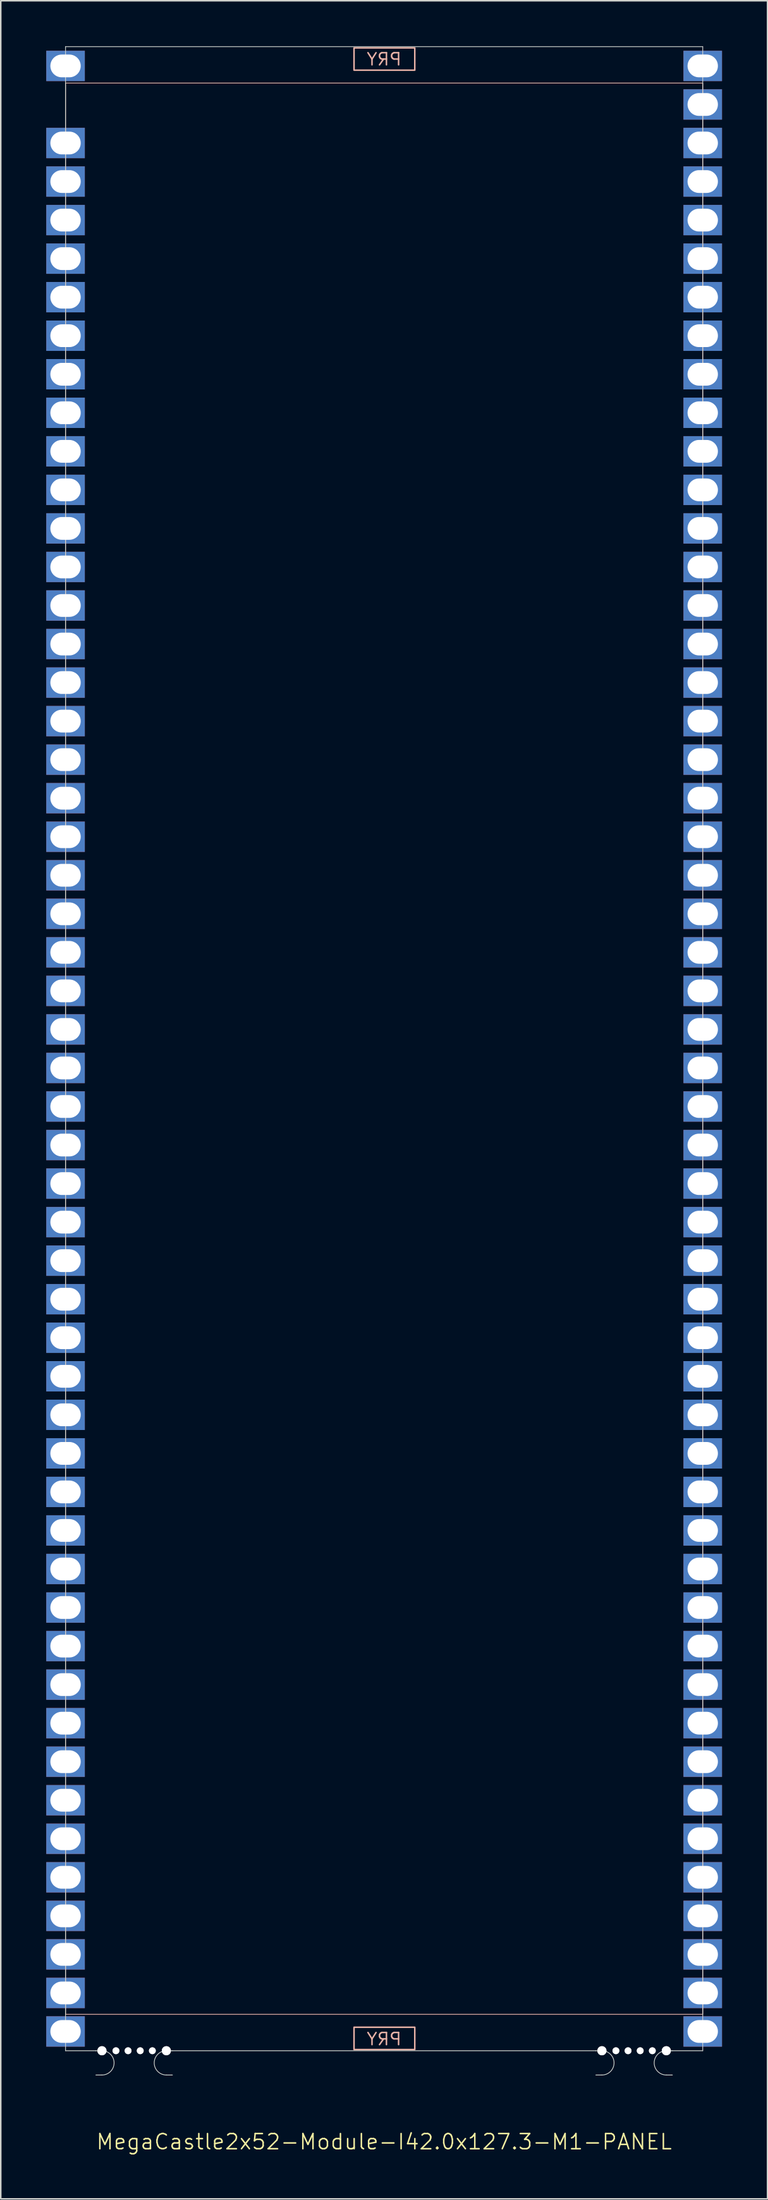
<source format=kicad_pcb>
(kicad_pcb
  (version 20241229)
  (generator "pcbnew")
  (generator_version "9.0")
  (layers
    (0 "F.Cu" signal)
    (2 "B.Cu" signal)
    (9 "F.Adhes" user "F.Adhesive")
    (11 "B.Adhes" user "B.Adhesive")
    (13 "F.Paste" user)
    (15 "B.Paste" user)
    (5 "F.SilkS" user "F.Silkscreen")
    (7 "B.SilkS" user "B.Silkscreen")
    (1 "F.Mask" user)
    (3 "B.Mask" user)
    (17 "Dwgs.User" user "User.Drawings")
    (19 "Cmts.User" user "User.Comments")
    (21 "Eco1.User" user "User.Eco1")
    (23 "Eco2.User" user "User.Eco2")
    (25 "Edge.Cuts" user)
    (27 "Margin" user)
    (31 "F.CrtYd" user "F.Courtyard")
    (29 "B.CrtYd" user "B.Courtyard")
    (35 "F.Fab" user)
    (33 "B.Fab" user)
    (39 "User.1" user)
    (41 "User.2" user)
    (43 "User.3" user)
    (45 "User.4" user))
  (footprint "MegaCastle2x52-Module-I42.0x127.3-M1-PANEL"
    (layer "F.Cu")
    (at 22.27 66.065)
    (property "Reference" "MegaCastle2x52-Module-I42.0x127.3-M1-PANEL" (at 0 72.04 0) (unlocked yes) (layer "F.SilkS") (effects (font (size 1 1) (thickness 0.1))))
    (attr smd)
    (fp_rect (start -21 63.64) (end 21 -63.64) (stroke (width 0.05) (type default)) (fill no) (layer "B.SilkS"))
    (fp_rect (start -1.984 -64.491) (end 2.02 -65.96) (stroke (width 0.1) (type default)) (fill no) (layer "B.SilkS"))
    (fp_rect (start -1.984 64.491) (end 2.02 65.96) (stroke (width 0.1) (type default)) (fill no) (layer "B.SilkS"))
    (fp_line (start -21 -66.04) (end -21 66.04) (stroke (width 0.05) (type default)) (layer "Edge.Cuts"))
    (fp_line (start -21 -66.04) (end 21 -66.04) (stroke (width 0.05) (type default)) (layer "Edge.Cuts"))
    (fp_line (start -21 66.04) (end -19 66.04) (stroke (width 0.05) (type default)) (layer "Edge.Cuts"))
    (fp_line (start -19 66.04) (end -18.6 66.04) (stroke (width 0.05) (type default)) (layer "Edge.Cuts"))
    (fp_line (start -19 67.64) (end -18.6 67.64) (stroke (width 0.05) (type default)) (layer "Edge.Cuts"))
    (fp_line (start -13.955 66.04) (end -14.355 66.04) (stroke (width 0.05) (type default)) (layer "Edge.Cuts"))
    (fp_line (start -13.955 66.04) (end 13.955 66.04) (stroke (width 0.05) (type default)) (layer "Edge.Cuts"))
    (fp_line (start -13.955 67.64) (end -14.355 67.64) (stroke (width 0.05) (type default)) (layer "Edge.Cuts"))
    (fp_line (start 13.955 66.04) (end 14.355 66.04) (stroke (width 0.05) (type default)) (layer "Edge.Cuts"))
    (fp_line (start 13.955 67.64) (end 14.355 67.64) (stroke (width 0.05) (type default)) (layer "Edge.Cuts"))
    (fp_line (start 19 66.04) (end 18.6 66.04) (stroke (width 0.05) (type default)) (layer "Edge.Cuts"))
    (fp_line (start 19 66.04) (end 21 66.04) (stroke (width 0.05) (type default)) (layer "Edge.Cuts"))
    (fp_line (start 19 67.64) (end 18.6 67.64) (stroke (width 0.05) (type default)) (layer "Edge.Cuts"))
    (fp_line (start 21 -66.04) (end 21 66.04) (stroke (width 0.05) (type default)) (layer "Edge.Cuts"))
    (fp_arc (start -18.6 66.040001) (mid -17.799999 66.839996) (end -18.6 67.639999) (stroke (width 0.05) (type default)) (layer "Edge.Cuts"))
    (fp_arc (start -14.355 67.639999) (mid -15.155 66.84) (end -14.355 66.040001) (stroke (width 0.05) (type default)) (layer "Edge.Cuts"))
    (fp_arc (start 14.355001 66.040001) (mid 15.155002 66.839996) (end 14.355001 67.639999) (stroke (width 0.05) (type default)) (layer "Edge.Cuts"))
    (fp_arc (start 18.600002 67.639999) (mid 17.800001 66.84) (end 18.600002 66.040001) (stroke (width 0.05) (type default)) (layer "Edge.Cuts"))
    (fp_text user "PRY" (at 0 65.74 0) (unlocked yes) (layer "B.SilkS") (effects (font (size 0.8 0.8) (thickness 0.1)) (justify bottom mirror)))
    (fp_text user "PRY" (at 0 -64.74 0) (unlocked yes) (layer "B.SilkS") (effects (font (size 0.8 0.8) (thickness 0.1)) (justify bottom mirror)))
    (pad "" np_thru_hole circle (at -18.6 66.04) (size 0.6 0.6) (drill 0.6) (layers "*.Cu" "Edge.Cuts"))
    (pad "" np_thru_hole circle (at -17.677 66.04) (size 0.45 0.45) (drill 0.45) (layers "*.Cu" "Edge.Cuts"))
    (pad "" np_thru_hole circle (at -16.878 66.04) (size 0.45 0.45) (drill 0.45) (layers "*.Cu" "Edge.Cuts"))
    (pad "" np_thru_hole circle (at -16.077 66.04) (size 0.45 0.45) (drill 0.45) (layers "*.Cu" "Edge.Cuts"))
    (pad "" np_thru_hole circle (at -15.277 66.04) (size 0.45 0.45) (drill 0.45) (layers "*.Cu" "Edge.Cuts"))
    (pad "" np_thru_hole circle (at -14.355 66.04) (size 0.6 0.6) (drill 0.6) (layers "*.Cu" "Edge.Cuts"))
    (pad "" np_thru_hole circle (at 14.355 66.04) (size 0.6 0.6) (drill 0.6) (layers "*.Cu" "Edge.Cuts"))
    (pad "" np_thru_hole circle (at 15.278 66.04) (size 0.45 0.45) (drill 0.45) (layers "*.Cu" "Edge.Cuts"))
    (pad "" np_thru_hole circle (at 16.078 66.04) (size 0.45 0.45) (drill 0.45) (layers "*.Cu" "Edge.Cuts"))
    (pad "" np_thru_hole circle (at 16.878 66.04) (size 0.45 0.45) (drill 0.45) (layers "*.Cu" "Edge.Cuts"))
    (pad "" np_thru_hole circle (at 17.678 66.04) (size 0.45 0.45) (drill 0.45) (layers "*.Cu" "Edge.Cuts"))
    (pad "" np_thru_hole circle (at 18.6 66.04) (size 0.6 0.6) (drill 0.6) (layers "*.Cu" "Edge.Cuts"))
    (pad "1" thru_hole rect (at -21 -64.77) (size 2.54 2) (drill oval 2 1.5) (property pad_prop_castellated) (layers "*.Cu" "*.Mask"))
    (pad "3" thru_hole rect (at -21 -59.69) (size 2.54 2) (drill oval 2 1.5) (property pad_prop_castellated) (layers "*.Cu" "*.Mask"))
    (pad "4" thru_hole rect (at -21 -57.15) (size 2.54 2) (drill oval 2 1.5) (property pad_prop_castellated) (layers "*.Cu" "*.Mask"))
    (pad "5" thru_hole rect (at -21 -54.61) (size 2.54 2) (drill oval 2 1.5) (property pad_prop_castellated) (layers "*.Cu" "*.Mask"))
    (pad "6" thru_hole rect (at -21 -52.07) (size 2.54 2) (drill oval 2 1.5) (property pad_prop_castellated) (layers "*.Cu" "*.Mask"))
    (pad "7" thru_hole rect (at -21 -49.53) (size 2.54 2) (drill oval 2 1.5) (property pad_prop_castellated) (layers "*.Cu" "*.Mask"))
    (pad "8" thru_hole rect (at -21 -46.99) (size 2.54 2) (drill oval 2 1.5) (property pad_prop_castellated) (layers "*.Cu" "*.Mask"))
    (pad "9" thru_hole rect (at -21 -44.45) (size 2.54 2) (drill oval 2 1.5) (property pad_prop_castellated) (layers "*.Cu" "*.Mask"))
    (pad "10" thru_hole rect (at -21 -41.91) (size 2.54 2) (drill oval 2 1.5) (property pad_prop_castellated) (layers "*.Cu" "*.Mask"))
    (pad "11" thru_hole rect (at -21 -39.37) (size 2.54 2) (drill oval 2 1.5) (property pad_prop_castellated) (layers "*.Cu" "*.Mask"))
    (pad "12" thru_hole rect (at -21 -36.83) (size 2.54 2) (drill oval 2 1.5) (property pad_prop_castellated) (layers "*.Cu" "*.Mask"))
    (pad "13" thru_hole rect (at -21 -34.29) (size 2.54 2) (drill oval 2 1.5) (property pad_prop_castellated) (layers "*.Cu" "*.Mask"))
    (pad "14" thru_hole rect (at -21 -31.75) (size 2.54 2) (drill oval 2 1.5) (property pad_prop_castellated) (layers "*.Cu" "*.Mask"))
    (pad "15" thru_hole rect (at -21 -29.21) (size 2.54 2) (drill oval 2 1.5) (property pad_prop_castellated) (layers "*.Cu" "*.Mask"))
    (pad "16" thru_hole rect (at -21 -26.67) (size 2.54 2) (drill oval 2 1.5) (property pad_prop_castellated) (layers "*.Cu" "*.Mask"))
    (pad "17" thru_hole rect (at -21 -24.13) (size 2.54 2) (drill oval 2 1.5) (property pad_prop_castellated) (layers "*.Cu" "*.Mask"))
    (pad "18" thru_hole rect (at -21 -21.59) (size 2.54 2) (drill oval 2 1.5) (property pad_prop_castellated) (layers "*.Cu" "*.Mask"))
    (pad "19" thru_hole rect (at -21 -19.05) (size 2.54 2) (drill oval 2 1.5) (property pad_prop_castellated) (layers "*.Cu" "*.Mask"))
    (pad "20" thru_hole rect (at -21 -16.51) (size 2.54 2) (drill oval 2 1.5) (property pad_prop_castellated) (layers "*.Cu" "*.Mask"))
    (pad "21" thru_hole rect (at -21 -13.97) (size 2.54 2) (drill oval 2 1.5) (property pad_prop_castellated) (layers "*.Cu" "*.Mask"))
    (pad "22" thru_hole rect (at -21 -11.43) (size 2.54 2) (drill oval 2 1.5) (property pad_prop_castellated) (layers "*.Cu" "*.Mask"))
    (pad "23" thru_hole rect (at -21 -8.89) (size 2.54 2) (drill oval 2 1.5) (property pad_prop_castellated) (layers "*.Cu" "*.Mask"))
    (pad "24" thru_hole rect (at -21 -6.35) (size 2.54 2) (drill oval 2 1.5) (property pad_prop_castellated) (layers "*.Cu" "*.Mask"))
    (pad "25" thru_hole rect (at -21 -3.81) (size 2.54 2) (drill oval 2 1.5) (property pad_prop_castellated) (layers "*.Cu" "*.Mask"))
    (pad "26" thru_hole rect (at -21 -1.27) (size 2.54 2) (drill oval 2 1.5) (property pad_prop_castellated) (layers "*.Cu" "*.Mask"))
    (pad "27" thru_hole rect (at -21 1.27) (size 2.54 2) (drill oval 2 1.5) (property pad_prop_castellated) (layers "*.Cu" "*.Mask"))
    (pad "28" thru_hole rect (at -21 3.81) (size 2.54 2) (drill oval 2 1.5) (property pad_prop_castellated) (layers "*.Cu" "*.Mask"))
    (pad "29" thru_hole rect (at -21 6.35) (size 2.54 2) (drill oval 2 1.5) (property pad_prop_castellated) (layers "*.Cu" "*.Mask"))
    (pad "30" thru_hole rect (at -21 8.89) (size 2.54 2) (drill oval 2 1.5) (property pad_prop_castellated) (layers "*.Cu" "*.Mask"))
    (pad "31" thru_hole rect (at -21 11.43) (size 2.54 2) (drill oval 2 1.5) (property pad_prop_castellated) (layers "*.Cu" "*.Mask"))
    (pad "32" thru_hole rect (at -21 13.97) (size 2.54 2) (drill oval 2 1.5) (property pad_prop_castellated) (layers "*.Cu" "*.Mask"))
    (pad "33" thru_hole rect (at -21 16.51) (size 2.54 2) (drill oval 2 1.5) (property pad_prop_castellated) (layers "*.Cu" "*.Mask"))
    (pad "34" thru_hole rect (at -21 19.05) (size 2.54 2) (drill oval 2 1.5) (property pad_prop_castellated) (layers "*.Cu" "*.Mask"))
    (pad "35" thru_hole rect (at -21 21.59) (size 2.54 2) (drill oval 2 1.5) (property pad_prop_castellated) (layers "*.Cu" "*.Mask"))
    (pad "36" thru_hole rect (at -21 24.13) (size 2.54 2) (drill oval 2 1.5) (property pad_prop_castellated) (layers "*.Cu" "*.Mask"))
    (pad "37" thru_hole rect (at -21 26.67) (size 2.54 2) (drill oval 2 1.5) (property pad_prop_castellated) (layers "*.Cu" "*.Mask"))
    (pad "38" thru_hole rect (at -21 29.21) (size 2.54 2) (drill oval 2 1.5) (property pad_prop_castellated) (layers "*.Cu" "*.Mask"))
    (pad "39" thru_hole rect (at -21 31.75) (size 2.54 2) (drill oval 2 1.5) (property pad_prop_castellated) (layers "*.Cu" "*.Mask"))
    (pad "40" thru_hole rect (at -21 34.29) (size 2.54 2) (drill oval 2 1.5) (property pad_prop_castellated) (layers "*.Cu" "*.Mask"))
    (pad "41" thru_hole rect (at -21 36.83) (size 2.54 2) (drill oval 2 1.5) (property pad_prop_castellated) (layers "*.Cu" "*.Mask"))
    (pad "42" thru_hole rect (at -21 39.37) (size 2.54 2) (drill oval 2 1.5) (property pad_prop_castellated) (layers "*.Cu" "*.Mask"))
    (pad "43" thru_hole rect (at -21 41.91) (size 2.54 2) (drill oval 2 1.5) (property pad_prop_castellated) (layers "*.Cu" "*.Mask"))
    (pad "44" thru_hole rect (at -21 44.45) (size 2.54 2) (drill oval 2 1.5) (property pad_prop_castellated) (layers "*.Cu" "*.Mask"))
    (pad "45" thru_hole rect (at -21 46.99) (size 2.54 2) (drill oval 2 1.5) (property pad_prop_castellated) (layers "*.Cu" "*.Mask"))
    (pad "46" thru_hole rect (at -21 49.53) (size 2.54 2) (drill oval 2 1.5) (property pad_prop_castellated) (layers "*.Cu" "*.Mask"))
    (pad "47" thru_hole rect (at -21 52.07) (size 2.54 2) (drill oval 2 1.5) (property pad_prop_castellated) (layers "*.Cu" "*.Mask"))
    (pad "48" thru_hole rect (at -21 54.61) (size 2.54 2) (drill oval 2 1.5) (property pad_prop_castellated) (layers "*.Cu" "*.Mask"))
    (pad "49" thru_hole rect (at -21 57.15) (size 2.54 2) (drill oval 2 1.5) (property pad_prop_castellated) (layers "*.Cu" "*.Mask"))
    (pad "50" thru_hole rect (at -21 59.69) (size 2.54 2) (drill oval 2 1.5) (property pad_prop_castellated) (layers "*.Cu" "*.Mask"))
    (pad "51" thru_hole rect (at -21 62.23) (size 2.54 2) (drill oval 2 1.5) (property pad_prop_castellated) (layers "*.Cu" "*.Mask"))
    (pad "52" thru_hole rect (at -21 64.77) (size 2.54 2) (drill oval 2 1.5) (property pad_prop_castellated) (layers "*.Cu" "*.Mask"))
    (pad "53" thru_hole rect (at 21 -64.77) (size 2.54 2) (drill oval 2 1.5) (property pad_prop_castellated) (layers "*.Cu" "*.Mask"))
    (pad "54" thru_hole rect (at 21 -62.23) (size 2.54 2) (drill oval 2 1.5) (property pad_prop_castellated) (layers "*.Cu" "*.Mask"))
    (pad "55" thru_hole rect (at 21 -59.69) (size 2.54 2) (drill oval 2 1.5) (property pad_prop_castellated) (layers "*.Cu" "*.Mask"))
    (pad "56" thru_hole rect (at 21 -57.15) (size 2.54 2) (drill oval 2 1.5) (property pad_prop_castellated) (layers "*.Cu" "*.Mask"))
    (pad "57" thru_hole rect (at 21 -54.61) (size 2.54 2) (drill oval 2 1.5) (property pad_prop_castellated) (layers "*.Cu" "*.Mask"))
    (pad "58" thru_hole rect (at 21 -52.07) (size 2.54 2) (drill oval 2 1.5) (property pad_prop_castellated) (layers "*.Cu" "*.Mask"))
    (pad "59" thru_hole rect (at 21 -49.53) (size 2.54 2) (drill oval 2 1.5) (property pad_prop_castellated) (layers "*.Cu" "*.Mask"))
    (pad "60" thru_hole rect (at 21 -46.99) (size 2.54 2) (drill oval 2 1.5) (property pad_prop_castellated) (layers "*.Cu" "*.Mask"))
    (pad "61" thru_hole rect (at 21 -44.45) (size 2.54 2) (drill oval 2 1.5) (property pad_prop_castellated) (layers "*.Cu" "*.Mask"))
    (pad "62" thru_hole rect (at 21 -41.91) (size 2.54 2) (drill oval 2 1.5) (property pad_prop_castellated) (layers "*.Cu" "*.Mask"))
    (pad "63" thru_hole rect (at 21 -39.37) (size 2.54 2) (drill oval 2 1.5) (property pad_prop_castellated) (layers "*.Cu" "*.Mask"))
    (pad "64" thru_hole rect (at 21 -36.83) (size 2.54 2) (drill oval 2 1.5) (property pad_prop_castellated) (layers "*.Cu" "*.Mask"))
    (pad "65" thru_hole rect (at 21 -34.29) (size 2.54 2) (drill oval 2 1.5) (property pad_prop_castellated) (layers "*.Cu" "*.Mask"))
    (pad "66" thru_hole rect (at 21 -31.75) (size 2.54 2) (drill oval 2 1.5) (property pad_prop_castellated) (layers "*.Cu" "*.Mask"))
    (pad "67" thru_hole rect (at 21 -29.21) (size 2.54 2) (drill oval 2 1.5) (property pad_prop_castellated) (layers "*.Cu" "*.Mask"))
    (pad "68" thru_hole rect (at 21 -26.67) (size 2.54 2) (drill oval 2 1.5) (property pad_prop_castellated) (layers "*.Cu" "*.Mask"))
    (pad "69" thru_hole rect (at 21 -24.13) (size 2.54 2) (drill oval 2 1.5) (property pad_prop_castellated) (layers "*.Cu" "*.Mask"))
    (pad "70" thru_hole rect (at 21 -21.59) (size 2.54 2) (drill oval 2 1.5) (property pad_prop_castellated) (layers "*.Cu" "*.Mask"))
    (pad "71" thru_hole rect (at 21 -19.05) (size 2.54 2) (drill oval 2 1.5) (property pad_prop_castellated) (layers "*.Cu" "*.Mask"))
    (pad "72" thru_hole rect (at 21 -16.51) (size 2.54 2) (drill oval 2 1.5) (property pad_prop_castellated) (layers "*.Cu" "*.Mask"))
    (pad "73" thru_hole rect (at 21 -13.97) (size 2.54 2) (drill oval 2 1.5) (property pad_prop_castellated) (layers "*.Cu" "*.Mask"))
    (pad "74" thru_hole rect (at 21 -11.43) (size 2.54 2) (drill oval 2 1.5) (property pad_prop_castellated) (layers "*.Cu" "*.Mask"))
    (pad "75" thru_hole rect (at 21 -8.89) (size 2.54 2) (drill oval 2 1.5) (property pad_prop_castellated) (layers "*.Cu" "*.Mask"))
    (pad "76" thru_hole rect (at 21 -6.35) (size 2.54 2) (drill oval 2 1.5) (property pad_prop_castellated) (layers "*.Cu" "*.Mask"))
    (pad "77" thru_hole rect (at 21 -3.81) (size 2.54 2) (drill oval 2 1.5) (property pad_prop_castellated) (layers "*.Cu" "*.Mask"))
    (pad "78" thru_hole rect (at 21 -1.27) (size 2.54 2) (drill oval 2 1.5) (property pad_prop_castellated) (layers "*.Cu" "*.Mask"))
    (pad "79" thru_hole rect (at 21 1.27) (size 2.54 2) (drill oval 2 1.5) (property pad_prop_castellated) (layers "*.Cu" "*.Mask"))
    (pad "80" thru_hole rect (at 21 3.81) (size 2.54 2) (drill oval 2 1.5) (property pad_prop_castellated) (layers "*.Cu" "*.Mask"))
    (pad "81" thru_hole rect (at 21 6.35) (size 2.54 2) (drill oval 2 1.5) (property pad_prop_castellated) (layers "*.Cu" "*.Mask"))
    (pad "82" thru_hole rect (at 21 8.89) (size 2.54 2) (drill oval 2 1.5) (property pad_prop_castellated) (layers "*.Cu" "*.Mask"))
    (pad "83" thru_hole rect (at 21 11.43) (size 2.54 2) (drill oval 2 1.5) (property pad_prop_castellated) (layers "*.Cu" "*.Mask"))
    (pad "84" thru_hole rect (at 21 13.97) (size 2.54 2) (drill oval 2 1.5) (property pad_prop_castellated) (layers "*.Cu" "*.Mask"))
    (pad "85" thru_hole rect (at 21 16.51) (size 2.54 2) (drill oval 2 1.5) (property pad_prop_castellated) (layers "*.Cu" "*.Mask"))
    (pad "86" thru_hole rect (at 21 19.05) (size 2.54 2) (drill oval 2 1.5) (property pad_prop_castellated) (layers "*.Cu" "*.Mask"))
    (pad "87" thru_hole rect (at 21 21.59) (size 2.54 2) (drill oval 2 1.5) (property pad_prop_castellated) (layers "*.Cu" "*.Mask"))
    (pad "88" thru_hole rect (at 21 24.13) (size 2.54 2) (drill oval 2 1.5) (property pad_prop_castellated) (layers "*.Cu" "*.Mask"))
    (pad "89" thru_hole rect (at 21 26.67) (size 2.54 2) (drill oval 2 1.5) (property pad_prop_castellated) (layers "*.Cu" "*.Mask"))
    (pad "90" thru_hole rect (at 21 29.21) (size 2.54 2) (drill oval 2 1.5) (property pad_prop_castellated) (layers "*.Cu" "*.Mask"))
    (pad "91" thru_hole rect (at 21 31.75) (size 2.54 2) (drill oval 2 1.5) (property pad_prop_castellated) (layers "*.Cu" "*.Mask"))
    (pad "92" thru_hole rect (at 21 34.29) (size 2.54 2) (drill oval 2 1.5) (property pad_prop_castellated) (layers "*.Cu" "*.Mask"))
    (pad "93" thru_hole rect (at 21 36.83) (size 2.54 2) (drill oval 2 1.5) (property pad_prop_castellated) (layers "*.Cu" "*.Mask"))
    (pad "94" thru_hole rect (at 21 39.37) (size 2.54 2) (drill oval 2 1.5) (property pad_prop_castellated) (layers "*.Cu" "*.Mask"))
    (pad "95" thru_hole rect (at 21 41.91) (size 2.54 2) (drill oval 2 1.5) (property pad_prop_castellated) (layers "*.Cu" "*.Mask"))
    (pad "96" thru_hole rect (at 21 44.45) (size 2.54 2) (drill oval 2 1.5) (property pad_prop_castellated) (layers "*.Cu" "*.Mask"))
    (pad "97" thru_hole rect (at 21 46.99) (size 2.54 2) (drill oval 2 1.5) (property pad_prop_castellated) (layers "*.Cu" "*.Mask"))
    (pad "98" thru_hole rect (at 21 49.53) (size 2.54 2) (drill oval 2 1.5) (property pad_prop_castellated) (layers "*.Cu" "*.Mask"))
    (pad "99" thru_hole rect (at 21 52.07) (size 2.54 2) (drill oval 2 1.5) (property pad_prop_castellated) (layers "*.Cu" "*.Mask"))
    (pad "100" thru_hole rect (at 21 54.61) (size 2.54 2) (drill oval 2 1.5) (property pad_prop_castellated) (layers "*.Cu" "*.Mask"))
    (pad "101" thru_hole rect (at 21 57.15) (size 2.54 2) (drill oval 2 1.5) (property pad_prop_castellated) (layers "*.Cu" "*.Mask"))
    (pad "102" thru_hole rect (at 21 59.69) (size 2.54 2) (drill oval 2 1.5) (property pad_prop_castellated) (layers "*.Cu" "*.Mask"))
    (pad "103" thru_hole rect (at 21 62.23) (size 2.54 2) (drill oval 2 1.5) (property pad_prop_castellated) (layers "*.Cu" "*.Mask"))
    (pad "104" thru_hole rect (at 21 64.77) (size 2.54 2) (drill oval 2 1.5) (property pad_prop_castellated) (layers "*.Cu" "*.Mask"))
    (zone (net_name "") (layer "B.Cu") (hatch edge 0.5) (connect_pads) (min_thickness 0.25) (filled_areas_thickness no) (keepout (tracks allowed) (vias allowed) (pads allowed) (copperpour allowed) (footprints not_allowed)) (placement (enabled no)) (fill) (polygon (pts (xy 1.27 132.105) (xy 1.27 0.025))))
    (zone (net_name "") (layer "B.Cu") (hatch edge 0.5) (connect_pads) (min_thickness 0.25) (filled_areas_thickness no) (keepout (tracks allowed) (vias allowed) (pads allowed) (copperpour allowed) (footprints not_allowed)) (placement (enabled no)) (fill) (polygon (pts (xy 43.27 132.105) (xy 43.27 0.025))))
    (zone (net_name "") (layer "B.Cu") (hatch edge 0.5) (connect_pads) (min_thickness 0.25) (filled_areas_thickness no) (keepout (tracks allowed) (vias allowed) (pads allowed) (copperpour allowed) (footprints not_allowed)) (placement (enabled no)) (fill) (polygon (pts (xy 1.27 0.025) (xy 1.27 2.425) (xy 43.27 2.425) (xy 43.27 0.025))))
    (zone (net_name "") (layer "B.Cu") (hatch edge 0.5) (connect_pads) (min_thickness 0.25) (filled_areas_thickness no) (keepout (tracks allowed) (vias allowed) (pads allowed) (copperpour allowed) (footprints not_allowed)) (placement (enabled no)) (fill) (polygon (pts (xy 1.27 132.105) (xy 1.27 129.705) (xy 43.27 129.705) (xy 43.27 132.105))))
    (zone (net_name "") (layer "B.Cu") (name "Upper Pry Zone") (hatch edge 0.5) (connect_pads) (min_thickness 0.25) (filled_areas_thickness no) (keepout (tracks not_allowed) (vias not_allowed) (pads not_allowed) (copperpour allowed) (footprints not_allowed)) (placement (enabled no)) (fill) (polygon (pts (xy 20.286 1.574) (xy 20.286 0.105) (xy 24.29 0.105) (xy 24.29 1.574))))
    (zone (net_name "") (layer "B.Cu") (name "Upper Pry Zone") (hatch edge 0.5) (connect_pads) (min_thickness 0.25) (filled_areas_thickness no) (keepout (tracks not_allowed) (vias not_allowed) (pads not_allowed) (copperpour allowed) (footprints not_allowed)) (placement (enabled no)) (fill) (polygon (pts (xy 20.286 130.556) (xy 20.286 132.025) (xy 24.29 132.025) (xy 24.29 130.556)))))
  (gr_rect
    (start -3 -3)
    (end 47.54 141.866)
    (stroke (width 0.1) (type default))
    (fill no)
    (layer "Edge.Cuts")))
</source>
